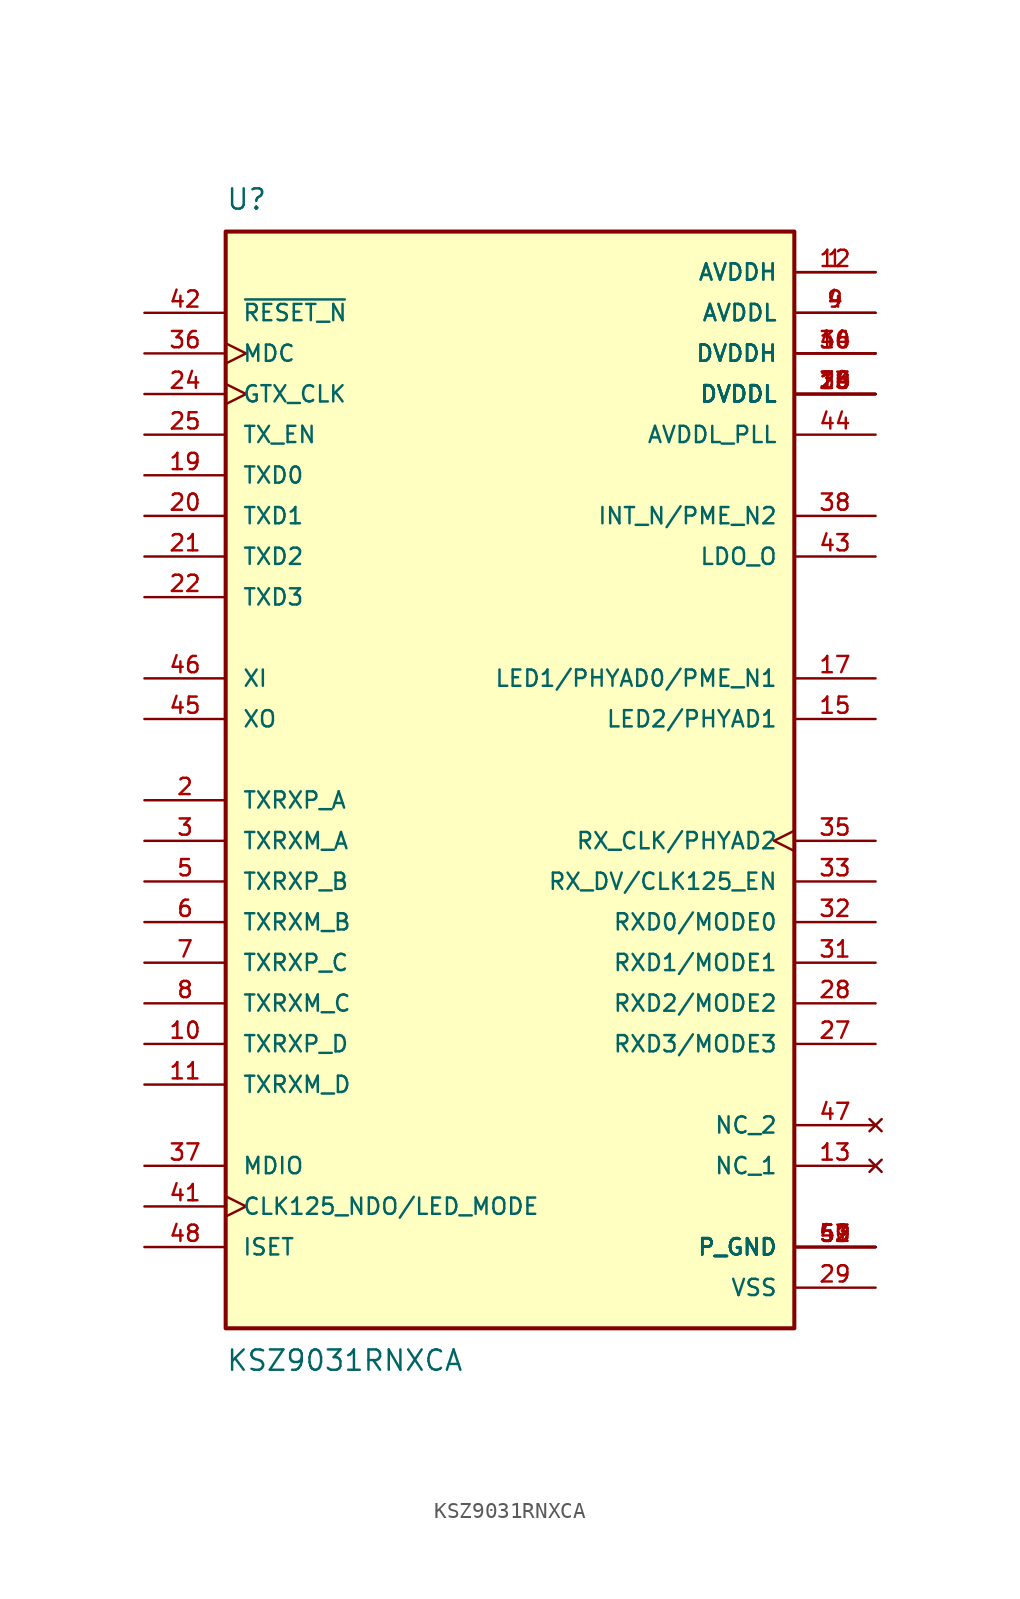
<source format=kicad_sym>
(kicad_symbol_lib
  (version 20211014)
  (generator kicad_symbol_editor)
  (symbol "KSZ9031RNXCA"
    (pin_names
      (offset 1.016))
    (property "Reference" "U"
      (at -17.78 34.29 0)
      (effects (font (size 1.27 1.27)) (justify bottom left)))
    (property "Value" "KSZ9031RNXCA"
      (at -17.78 -36.83 0)
      (effects (font (size 1.27 1.27)) (justify top left)))
    (symbol "KSZ9031RNXCA_0_0"
      (rectangle (start -17.78 -35.56) (end 17.78 33.02) (stroke (width 0.254)) (fill (type background)))
      (pin bidirectional line (at -22.86 -5.08 0) (length 5.08) (name "TXRXM_A" (effects (font (size 1.016 1.016)))) (number "3" (effects (font (size 1.016 1.016)))))
      (pin output line (at 22.86 15.24 180.0) (length 5.08) (name "INT_N/PME_N2" (effects (font (size 1.016 1.016)))) (number "38" (effects (font (size 1.016 1.016)))))
      (pin bidirectional line (at -22.86 -2.54 0) (length 5.08) (name "TXRXP_A" (effects (font (size 1.016 1.016)))) (number "2" (effects (font (size 1.016 1.016)))))
      (pin output line (at 22.86 12.7 180.0) (length 5.08) (name "LDO_O" (effects (font (size 1.016 1.016)))) (number "43" (effects (font (size 1.016 1.016)))))
      (pin bidirectional line (at -22.86 -7.62 0) (length 5.08) (name "TXRXP_B" (effects (font (size 1.016 1.016)))) (number "5" (effects (font (size 1.016 1.016)))))
      (pin input line (at -22.86 12.7 0) (length 5.08) (name "TXD2" (effects (font (size 1.016 1.016)))) (number "21" (effects (font (size 1.016 1.016)))))
      (pin input line (at -22.86 15.24 0) (length 5.08) (name "TXD1" (effects (font (size 1.016 1.016)))) (number "20" (effects (font (size 1.016 1.016)))))
      (pin bidirectional line (at -22.86 -10.16 0) (length 5.08) (name "TXRXM_B" (effects (font (size 1.016 1.016)))) (number "6" (effects (font (size 1.016 1.016)))))
      (pin bidirectional line (at -22.86 -12.7 0) (length 5.08) (name "TXRXP_C" (effects (font (size 1.016 1.016)))) (number "7" (effects (font (size 1.016 1.016)))))
      (pin output line (at -22.86 2.54 0) (length 5.08) (name "XO" (effects (font (size 1.016 1.016)))) (number "45" (effects (font (size 1.016 1.016)))))
      (pin input line (at -22.86 17.78 0) (length 5.08) (name "TXD0" (effects (font (size 1.016 1.016)))) (number "19" (effects (font (size 1.016 1.016)))))
      (pin bidirectional line (at -22.86 -15.24 0) (length 5.08) (name "TXRXM_C" (effects (font (size 1.016 1.016)))) (number "8" (effects (font (size 1.016 1.016)))))
      (pin input line (at -22.86 10.16 0) (length 5.08) (name "TXD3" (effects (font (size 1.016 1.016)))) (number "22" (effects (font (size 1.016 1.016)))))
      (pin input clock (at -22.86 22.86 0) (length 5.08) (name "GTX_CLK" (effects (font (size 1.016 1.016)))) (number "24" (effects (font (size 1.016 1.016)))))
      (pin power_in line (at 22.86 -33.02 180.0) (length 5.08) (name "VSS" (effects (font (size 1.016 1.016)))) (number "29" (effects (font (size 1.016 1.016)))))
      (pin power_in line (at 22.86 -30.48 180.0) (length 5.08) (name "P_GND" (effects (font (size 1.016 1.016)))) (number "49" (effects (font (size 1.016 1.016)))))
      (pin power_in line (at 22.86 -30.48 180.0) (length 5.08) (name "P_GND" (effects (font (size 1.016 1.016)))) (number "50" (effects (font (size 1.016 1.016)))))
      (pin power_in line (at 22.86 -30.48 180.0) (length 5.08) (name "P_GND" (effects (font (size 1.016 1.016)))) (number "51" (effects (font (size 1.016 1.016)))))
      (pin power_in line (at 22.86 -30.48 180.0) (length 5.08) (name "P_GND" (effects (font (size 1.016 1.016)))) (number "52" (effects (font (size 1.016 1.016)))))
      (pin power_in line (at 22.86 -30.48 180.0) (length 5.08) (name "P_GND" (effects (font (size 1.016 1.016)))) (number "53" (effects (font (size 1.016 1.016)))))
      (pin power_in line (at 22.86 27.94 180.0) (length 5.08) (name "AVDDL" (effects (font (size 1.016 1.016)))) (number "4" (effects (font (size 1.016 1.016)))))
      (pin power_in line (at 22.86 27.94 180.0) (length 5.08) (name "AVDDL" (effects (font (size 1.016 1.016)))) (number "9" (effects (font (size 1.016 1.016)))))
      (pin bidirectional line (at -22.86 -17.78 0) (length 5.08) (name "TXRXP_D" (effects (font (size 1.016 1.016)))) (number "10" (effects (font (size 1.016 1.016)))))
      (pin bidirectional line (at -22.86 -20.32 0) (length 5.08) (name "TXRXM_D" (effects (font (size 1.016 1.016)))) (number "11" (effects (font (size 1.016 1.016)))))
      (pin power_in line (at 22.86 30.48 180.0) (length 5.08) (name "AVDDH" (effects (font (size 1.016 1.016)))) (number "1" (effects (font (size 1.016 1.016)))))
      (pin power_in line (at 22.86 30.48 180.0) (length 5.08) (name "AVDDH" (effects (font (size 1.016 1.016)))) (number "12" (effects (font (size 1.016 1.016)))))
      (pin bidirectional line (at 22.86 2.54 180.0) (length 5.08) (name "LED2/PHYAD1" (effects (font (size 1.016 1.016)))) (number "15" (effects (font (size 1.016 1.016)))))
      (pin bidirectional line (at 22.86 5.08 180.0) (length 5.08) (name "LED1/PHYAD0/PME_N1" (effects (font (size 1.016 1.016)))) (number "17" (effects (font (size 1.016 1.016)))))
      (pin power_in line (at 22.86 22.86 180.0) (length 5.08) (name "DVDDL" (effects (font (size 1.016 1.016)))) (number "14" (effects (font (size 1.016 1.016)))))
      (pin power_in line (at 22.86 22.86 180.0) (length 5.08) (name "DVDDL" (effects (font (size 1.016 1.016)))) (number "18" (effects (font (size 1.016 1.016)))))
      (pin power_in line (at 22.86 22.86 180.0) (length 5.08) (name "DVDDL" (effects (font (size 1.016 1.016)))) (number "23" (effects (font (size 1.016 1.016)))))
      (pin power_in line (at 22.86 22.86 180.0) (length 5.08) (name "DVDDL" (effects (font (size 1.016 1.016)))) (number "26" (effects (font (size 1.016 1.016)))))
      (pin power_in line (at 22.86 22.86 180.0) (length 5.08) (name "DVDDL" (effects (font (size 1.016 1.016)))) (number "30" (effects (font (size 1.016 1.016)))))
      (pin power_in line (at 22.86 22.86 180.0) (length 5.08) (name "DVDDL" (effects (font (size 1.016 1.016)))) (number "39" (effects (font (size 1.016 1.016)))))
      (pin input clock (at -22.86 25.4 0) (length 5.08) (name "MDC" (effects (font (size 1.016 1.016)))) (number "36" (effects (font (size 1.016 1.016)))))
      (pin bidirectional line (at 22.86 -17.78 180.0) (length 5.08) (name "RXD3/MODE3" (effects (font (size 1.016 1.016)))) (number "27" (effects (font (size 1.016 1.016)))))
      (pin bidirectional line (at 22.86 -15.24 180.0) (length 5.08) (name "RXD2/MODE2" (effects (font (size 1.016 1.016)))) (number "28" (effects (font (size 1.016 1.016)))))
      (pin bidirectional line (at 22.86 -12.7 180.0) (length 5.08) (name "RXD1/MODE1" (effects (font (size 1.016 1.016)))) (number "31" (effects (font (size 1.016 1.016)))))
      (pin bidirectional line (at 22.86 -10.16 180.0) (length 5.08) (name "RXD0/MODE0" (effects (font (size 1.016 1.016)))) (number "32" (effects (font (size 1.016 1.016)))))
      (pin bidirectional line (at 22.86 -7.62 180.0) (length 5.08) (name "RX_DV/CLK125_EN" (effects (font (size 1.016 1.016)))) (number "33" (effects (font (size 1.016 1.016)))))
      (pin power_in line (at 22.86 25.4 180.0) (length 5.08) (name "DVDDH" (effects (font (size 1.016 1.016)))) (number "16" (effects (font (size 1.016 1.016)))))
      (pin power_in line (at 22.86 25.4 180.0) (length 5.08) (name "DVDDH" (effects (font (size 1.016 1.016)))) (number "34" (effects (font (size 1.016 1.016)))))
      (pin power_in line (at 22.86 25.4 180.0) (length 5.08) (name "DVDDH" (effects (font (size 1.016 1.016)))) (number "40" (effects (font (size 1.016 1.016)))))
      (pin bidirectional clock (at 22.86 -5.08 180.0) (length 5.08) (name "RX_CLK/PHYAD2" (effects (font (size 1.016 1.016)))) (number "35" (effects (font (size 1.016 1.016)))))
      (pin input line (at -22.86 20.32 0) (length 5.08) (name "TX_EN" (effects (font (size 1.016 1.016)))) (number "25" (effects (font (size 1.016 1.016)))))
      (pin bidirectional line (at -22.86 -25.4 0) (length 5.08) (name "MDIO" (effects (font (size 1.016 1.016)))) (number "37" (effects (font (size 1.016 1.016)))))
      (pin bidirectional clock (at -22.86 -27.94 0) (length 5.08) (name "CLK125_NDO/LED_MODE" (effects (font (size 1.016 1.016)))) (number "41" (effects (font (size 1.016 1.016)))))
      (pin input line (at -22.86 27.94 0) (length 5.08) (name "~{RESET_N}" (effects (font (size 1.016 1.016)))) (number "42" (effects (font (size 1.016 1.016)))))
      (pin power_in line (at 22.86 20.32 180.0) (length 5.08) (name "AVDDL_PLL" (effects (font (size 1.016 1.016)))) (number "44" (effects (font (size 1.016 1.016)))))
      (pin input line (at -22.86 5.08 0) (length 5.08) (name "XI" (effects (font (size 1.016 1.016)))) (number "46" (effects (font (size 1.016 1.016)))))
      (pin bidirectional line (at -22.86 -30.48 0) (length 5.08) (name "ISET" (effects (font (size 1.016 1.016)))) (number "48" (effects (font (size 1.016 1.016)))))
      (pin no_connect line (at 22.86 -25.4 180.0) (length 5.08) (name "NC_1" (effects (font (size 1.016 1.016)))) (number "13" (effects (font (size 1.016 1.016)))))
      (pin no_connect line (at 22.86 -22.86 180.0) (length 5.08) (name "NC_2" (effects (font (size 1.016 1.016)))) (number "47" (effects (font (size 1.016 1.016))))))))
</source>
